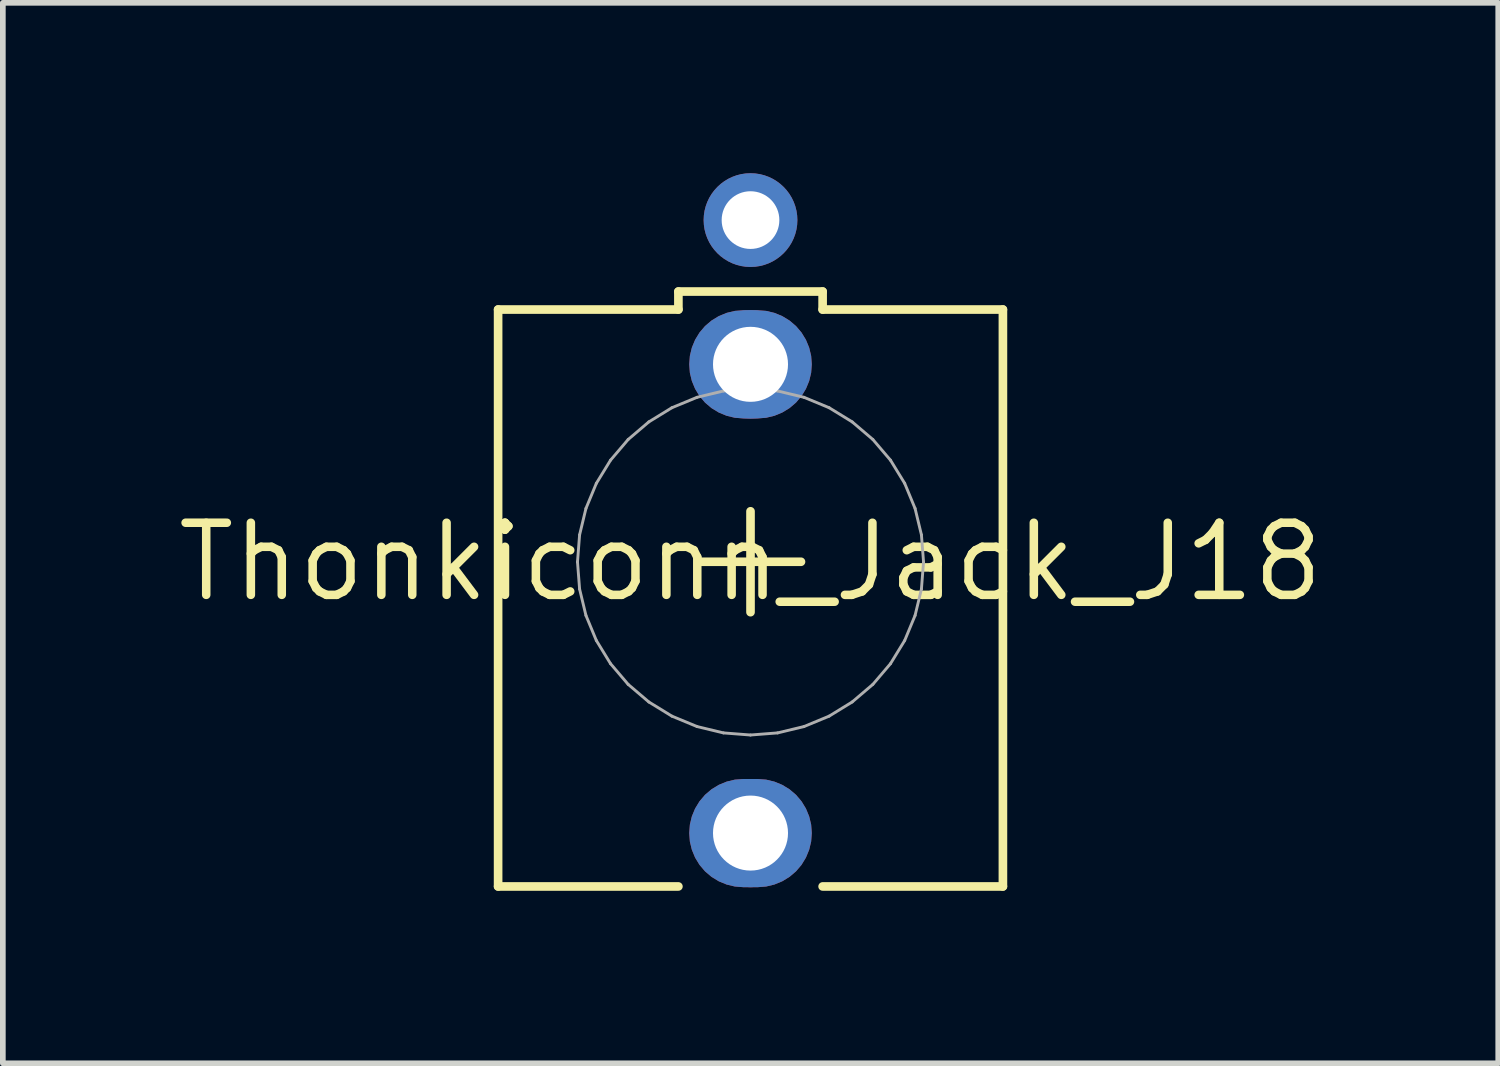
<source format=kicad_pcb>
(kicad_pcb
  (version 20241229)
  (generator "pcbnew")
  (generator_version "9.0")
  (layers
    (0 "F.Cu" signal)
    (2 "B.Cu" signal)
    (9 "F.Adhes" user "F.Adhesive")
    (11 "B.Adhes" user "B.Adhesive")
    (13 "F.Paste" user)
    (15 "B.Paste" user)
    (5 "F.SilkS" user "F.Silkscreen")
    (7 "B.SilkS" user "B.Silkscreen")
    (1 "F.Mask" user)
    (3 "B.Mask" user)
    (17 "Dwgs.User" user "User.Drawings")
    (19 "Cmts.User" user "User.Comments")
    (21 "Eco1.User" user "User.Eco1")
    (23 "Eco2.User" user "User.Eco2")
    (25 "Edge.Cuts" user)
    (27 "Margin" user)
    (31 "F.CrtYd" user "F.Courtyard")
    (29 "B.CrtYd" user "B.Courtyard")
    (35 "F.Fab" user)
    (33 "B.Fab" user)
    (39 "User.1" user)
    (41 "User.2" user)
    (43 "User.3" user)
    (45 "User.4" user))
  (footprint "Thonkiconn_Jack_J18"
    (layer "F.Cu")
    (at 10.167 6.846)
    (property "Reference" "Thonkiconn_Jack_J18" (at 0 0 0) (layer "F.SilkS") (effects (font (size 1.27 1.27) (thickness 0.15))))
    (fp_poly (pts (xy 0.276 -4.421) (xy 0.421 -4.386) (xy 0.559 -4.329) (xy 0.687 -4.251) (xy 0.801 -4.154) (xy 0.898 -4.04) (xy 0.976 -3.912) (xy 1.033 -3.774) (xy 1.068 -3.629) (xy 1.079 -3.48) (xy 1.068 -3.331) (xy 1.033 -3.186) (xy 0.976 -3.048) (xy 0.898 -2.92) (xy 0.801 -2.806) (xy 0.687 -2.709) (xy 0.559 -2.631) (xy 0.421 -2.574) (xy 0.276 -2.539) (xy 0.127 -2.527) (xy -0.127 -2.527) (xy -0.276 -2.539) (xy -0.421 -2.574) (xy -0.559 -2.631) (xy -0.687 -2.709) (xy -0.801 -2.806) (xy -0.898 -2.92) (xy -0.976 -3.048) (xy -1.033 -3.186) (xy -1.068 -3.331) (xy -1.079 -3.48) (xy -1.068 -3.629) (xy -1.033 -3.774) (xy -0.976 -3.912) (xy -0.898 -4.04) (xy -0.801 -4.154) (xy -0.687 -4.251) (xy -0.559 -4.329) (xy -0.421 -4.386) (xy -0.276 -4.421) (xy -0.127 -4.432) (xy 0.127 -4.432)) (stroke (width 0) (type default)) (fill yes) (layer "F.Cu"))
    (fp_poly (pts (xy 0.276 3.834) (xy 0.421 3.869) (xy 0.559 3.926) (xy 0.687 4.004) (xy 0.801 4.101) (xy 0.898 4.215) (xy 0.976 4.343) (xy 1.033 4.481) (xy 1.068 4.626) (xy 1.079 4.775) (xy 1.068 4.924) (xy 1.033 5.069) (xy 0.976 5.207) (xy 0.898 5.335) (xy 0.801 5.449) (xy 0.687 5.546) (xy 0.559 5.624) (xy 0.421 5.681) (xy 0.276 5.716) (xy 0.127 5.728) (xy -0.127 5.728) (xy -0.276 5.716) (xy -0.421 5.681) (xy -0.559 5.624) (xy -0.687 5.546) (xy -0.801 5.449) (xy -0.898 5.335) (xy -0.976 5.207) (xy -1.033 5.069) (xy -1.068 4.924) (xy -1.079 4.775) (xy -1.068 4.626) (xy -1.033 4.481) (xy -0.976 4.343) (xy -0.898 4.215) (xy -0.801 4.101) (xy -0.687 4.004) (xy -0.559 3.926) (xy -0.421 3.869) (xy -0.276 3.834) (xy -0.127 3.823) (xy 0.127 3.823)) (stroke (width 0) (type default)) (fill yes) (layer "F.Cu"))
    (fp_poly (pts (xy 0.292 -4.522) (xy 0.453 -4.483) (xy 0.606 -4.42) (xy 0.748 -4.334) (xy 0.873 -4.226) (xy 0.981 -4.1) (xy 1.067 -3.958) (xy 1.131 -3.806) (xy 1.169 -3.645) (xy 1.182 -3.48) (xy 1.169 -3.315) (xy 1.131 -3.154) (xy 1.067 -3.001) (xy 0.981 -2.859) (xy 0.873 -2.733) (xy 0.748 -2.626) (xy 0.606 -2.54) (xy 0.453 -2.476) (xy 0.292 -2.438) (xy 0.127 -2.425) (xy -0.127 -2.425) (xy -0.292 -2.438) (xy -0.453 -2.476) (xy -0.606 -2.54) (xy -0.748 -2.626) (xy -0.873 -2.733) (xy -0.981 -2.859) (xy -1.067 -3.001) (xy -1.131 -3.154) (xy -1.169 -3.315) (xy -1.182 -3.48) (xy -1.169 -3.645) (xy -1.131 -3.806) (xy -1.067 -3.958) (xy -0.981 -4.1) (xy -0.873 -4.226) (xy -0.748 -4.334) (xy -0.606 -4.42) (xy -0.453 -4.483) (xy -0.292 -4.522) (xy -0.127 -4.535) (xy 0.127 -4.535)) (stroke (width 0) (type default)) (fill yes) (layer "F.Mask"))
    (fp_poly (pts (xy 0.292 3.733) (xy 0.453 3.772) (xy 0.606 3.835) (xy 0.748 3.921) (xy 0.873 4.029) (xy 0.981 4.155) (xy 1.067 4.297) (xy 1.131 4.449) (xy 1.169 4.61) (xy 1.182 4.775) (xy 1.169 4.94) (xy 1.131 5.101) (xy 1.067 5.254) (xy 0.981 5.396) (xy 0.873 5.522) (xy 0.748 5.629) (xy 0.606 5.715) (xy 0.453 5.779) (xy 0.292 5.817) (xy 0.127 5.83) (xy -0.127 5.83) (xy -0.292 5.817) (xy -0.453 5.779) (xy -0.606 5.715) (xy -0.748 5.629) (xy -0.873 5.522) (xy -0.981 5.396) (xy -1.067 5.254) (xy -1.131 5.101) (xy -1.169 4.94) (xy -1.182 4.775) (xy -1.169 4.61) (xy -1.131 4.449) (xy -1.067 4.297) (xy -0.981 4.155) (xy -0.873 4.029) (xy -0.748 3.921) (xy -0.606 3.835) (xy -0.453 3.772) (xy -0.292 3.733) (xy -0.127 3.72) (xy 0.127 3.72)) (stroke (width 0) (type default)) (fill yes) (layer "F.Mask"))
    (fp_poly (pts (xy 0.276 -4.421) (xy 0.421 -4.386) (xy 0.559 -4.329) (xy 0.687 -4.251) (xy 0.801 -4.154) (xy 0.898 -4.04) (xy 0.976 -3.912) (xy 1.033 -3.774) (xy 1.068 -3.629) (xy 1.079 -3.48) (xy 1.068 -3.331) (xy 1.033 -3.186) (xy 0.976 -3.048) (xy 0.898 -2.92) (xy 0.801 -2.806) (xy 0.687 -2.709) (xy 0.559 -2.631) (xy 0.421 -2.574) (xy 0.276 -2.539) (xy 0.127 -2.527) (xy -0.127 -2.527) (xy -0.276 -2.539) (xy -0.421 -2.574) (xy -0.559 -2.631) (xy -0.687 -2.709) (xy -0.801 -2.806) (xy -0.898 -2.92) (xy -0.976 -3.048) (xy -1.033 -3.186) (xy -1.068 -3.331) (xy -1.079 -3.48) (xy -1.068 -3.629) (xy -1.033 -3.774) (xy -0.976 -3.912) (xy -0.898 -4.04) (xy -0.801 -4.154) (xy -0.687 -4.251) (xy -0.559 -4.329) (xy -0.421 -4.386) (xy -0.276 -4.421) (xy -0.127 -4.432) (xy 0.127 -4.432)) (stroke (width 0) (type default)) (fill yes) (layer "B.Cu"))
    (fp_poly (pts (xy 0.276 3.834) (xy 0.421 3.869) (xy 0.559 3.926) (xy 0.687 4.004) (xy 0.801 4.101) (xy 0.898 4.215) (xy 0.976 4.343) (xy 1.033 4.481) (xy 1.068 4.626) (xy 1.079 4.775) (xy 1.068 4.924) (xy 1.033 5.069) (xy 0.976 5.207) (xy 0.898 5.335) (xy 0.801 5.449) (xy 0.687 5.546) (xy 0.559 5.624) (xy 0.421 5.681) (xy 0.276 5.716) (xy 0.127 5.728) (xy -0.127 5.728) (xy -0.276 5.716) (xy -0.421 5.681) (xy -0.559 5.624) (xy -0.687 5.546) (xy -0.801 5.449) (xy -0.898 5.335) (xy -0.976 5.207) (xy -1.033 5.069) (xy -1.068 4.924) (xy -1.079 4.775) (xy -1.068 4.626) (xy -1.033 4.481) (xy -0.976 4.343) (xy -0.898 4.215) (xy -0.801 4.101) (xy -0.687 4.004) (xy -0.559 3.926) (xy -0.421 3.869) (xy -0.276 3.834) (xy -0.127 3.823) (xy 0.127 3.823)) (stroke (width 0) (type default)) (fill yes) (layer "B.Cu"))
    (fp_poly (pts (xy 0.292 -4.522) (xy 0.453 -4.483) (xy 0.606 -4.42) (xy 0.748 -4.334) (xy 0.873 -4.226) (xy 0.981 -4.1) (xy 1.067 -3.958) (xy 1.131 -3.806) (xy 1.169 -3.645) (xy 1.182 -3.48) (xy 1.169 -3.315) (xy 1.131 -3.154) (xy 1.067 -3.001) (xy 0.981 -2.859) (xy 0.873 -2.733) (xy 0.748 -2.626) (xy 0.606 -2.54) (xy 0.453 -2.476) (xy 0.292 -2.438) (xy 0.127 -2.425) (xy -0.127 -2.425) (xy -0.292 -2.438) (xy -0.453 -2.476) (xy -0.606 -2.54) (xy -0.748 -2.626) (xy -0.873 -2.733) (xy -0.981 -2.859) (xy -1.067 -3.001) (xy -1.131 -3.154) (xy -1.169 -3.315) (xy -1.182 -3.48) (xy -1.169 -3.645) (xy -1.131 -3.806) (xy -1.067 -3.958) (xy -0.981 -4.1) (xy -0.873 -4.226) (xy -0.748 -4.334) (xy -0.606 -4.42) (xy -0.453 -4.483) (xy -0.292 -4.522) (xy -0.127 -4.535) (xy 0.127 -4.535)) (stroke (width 0) (type default)) (fill yes) (layer "B.Mask"))
    (fp_poly (pts (xy 0.292 3.733) (xy 0.453 3.772) (xy 0.606 3.835) (xy 0.748 3.921) (xy 0.873 4.029) (xy 0.981 4.155) (xy 1.067 4.297) (xy 1.131 4.449) (xy 1.169 4.61) (xy 1.182 4.775) (xy 1.169 4.94) (xy 1.131 5.101) (xy 1.067 5.254) (xy 0.981 5.396) (xy 0.873 5.522) (xy 0.748 5.629) (xy 0.606 5.715) (xy 0.453 5.779) (xy 0.292 5.817) (xy 0.127 5.83) (xy -0.127 5.83) (xy -0.292 5.817) (xy -0.453 5.779) (xy -0.606 5.715) (xy -0.748 5.629) (xy -0.873 5.522) (xy -0.981 5.396) (xy -1.067 5.254) (xy -1.131 5.101) (xy -1.169 4.94) (xy -1.182 4.775) (xy -1.169 4.61) (xy -1.131 4.449) (xy -1.067 4.297) (xy -0.981 4.155) (xy -0.873 4.029) (xy -0.748 3.921) (xy -0.606 3.835) (xy -0.453 3.772) (xy -0.292 3.733) (xy -0.127 3.72) (xy 0.127 3.72)) (stroke (width 0) (type default)) (fill yes) (layer "B.Mask"))
    (fp_line (start -4.445 -4.445) (end -4.445 5.715) (stroke (width 0.152) (type solid)) (layer "F.SilkS"))
    (fp_line (start -1.27 -4.762) (end 1.27 -4.762) (stroke (width 0.152) (type solid)) (layer "F.SilkS"))
    (fp_line (start -1.27 -4.445) (end -4.445 -4.445) (stroke (width 0.152) (type solid)) (layer "F.SilkS"))
    (fp_line (start -1.27 -4.445) (end -1.27 -4.762) (stroke (width 0.152) (type solid)) (layer "F.SilkS"))
    (fp_line (start -1.27 5.715) (end -4.445 5.715) (stroke (width 0.152) (type solid)) (layer "F.SilkS"))
    (fp_line (start -0.89 -0.003) (end 0.889 -0.003) (stroke (width 0.152) (type solid)) (layer "F.SilkS"))
    (fp_line (start 0 0.885) (end 0 -0.892) (stroke (width 0.152) (type solid)) (layer "F.SilkS"))
    (fp_line (start 1.27 -4.762) (end 1.27 -4.445) (stroke (width 0.152) (type solid)) (layer "F.SilkS"))
    (fp_line (start 1.27 -4.445) (end 4.445 -4.445) (stroke (width 0.152) (type solid)) (layer "F.SilkS"))
    (fp_line (start 1.27 5.715) (end 4.445 5.715) (stroke (width 0.152) (type solid)) (layer "F.SilkS"))
    (fp_line (start 4.445 5.715) (end 4.445 -4.445) (stroke (width 0.152) (type solid)) (layer "F.SilkS"))
    (fp_line (start -3.047 -0.001) (end -3.047 0.001) (stroke (width 0.051) (type solid)) (layer "F.Fab"))
    (fp_line (start -3.047 0.001) (end -3.01 0.478) (stroke (width 0.051) (type solid)) (layer "F.Fab"))
    (fp_line (start -3.01 -0.477) (end -3.047 -0.001) (stroke (width 0.051) (type solid)) (layer "F.Fab"))
    (fp_line (start -3.01 0.478) (end -2.898 0.943) (stroke (width 0.051) (type solid)) (layer "F.Fab"))
    (fp_line (start -2.898 -0.942) (end -3.01 -0.477) (stroke (width 0.051) (type solid)) (layer "F.Fab"))
    (fp_line (start -2.898 0.943) (end -2.715 1.384) (stroke (width 0.051) (type solid)) (layer "F.Fab"))
    (fp_line (start -2.715 -1.384) (end -2.898 -0.942) (stroke (width 0.051) (type solid)) (layer "F.Fab"))
    (fp_line (start -2.715 1.384) (end -2.465 1.792) (stroke (width 0.051) (type solid)) (layer "F.Fab"))
    (fp_line (start -2.465 -1.792) (end -2.715 -1.384) (stroke (width 0.051) (type solid)) (layer "F.Fab"))
    (fp_line (start -2.465 1.792) (end -2.155 2.156) (stroke (width 0.051) (type solid)) (layer "F.Fab"))
    (fp_line (start -2.155 -2.156) (end -2.465 -1.792) (stroke (width 0.051) (type solid)) (layer "F.Fab"))
    (fp_line (start -2.155 2.156) (end -1.791 2.466) (stroke (width 0.051) (type solid)) (layer "F.Fab"))
    (fp_line (start -1.791 -2.466) (end -2.155 -2.156) (stroke (width 0.051) (type solid)) (layer "F.Fab"))
    (fp_line (start -1.791 2.466) (end -1.384 2.716) (stroke (width 0.051) (type solid)) (layer "F.Fab"))
    (fp_line (start -1.384 -2.716) (end -1.791 -2.466) (stroke (width 0.051) (type solid)) (layer "F.Fab"))
    (fp_line (start -1.384 2.716) (end -0.942 2.899) (stroke (width 0.051) (type solid)) (layer "F.Fab"))
    (fp_line (start -0.942 -2.899) (end -1.384 -2.716) (stroke (width 0.051) (type solid)) (layer "F.Fab"))
    (fp_line (start -0.942 2.899) (end -0.477 3.011) (stroke (width 0.051) (type solid)) (layer "F.Fab"))
    (fp_line (start -0.477 -3.011) (end -0.942 -2.899) (stroke (width 0.051) (type solid)) (layer "F.Fab"))
    (fp_line (start -0.477 3.011) (end 0 3.048) (stroke (width 0.051) (type solid)) (layer "F.Fab"))
    (fp_line (start 0 -3.048) (end -0.477 -3.011) (stroke (width 0.051) (type solid)) (layer "F.Fab"))
    (fp_line (start 0 3.048) (end 0.477 3.011) (stroke (width 0.051) (type solid)) (layer "F.Fab"))
    (fp_line (start 0.477 -3.011) (end 0 -3.048) (stroke (width 0.051) (type solid)) (layer "F.Fab"))
    (fp_line (start 0.477 3.011) (end 0.942 2.899) (stroke (width 0.051) (type solid)) (layer "F.Fab"))
    (fp_line (start 0.942 -2.899) (end 0.477 -3.011) (stroke (width 0.051) (type solid)) (layer "F.Fab"))
    (fp_line (start 0.942 2.899) (end 1.384 2.716) (stroke (width 0.051) (type solid)) (layer "F.Fab"))
    (fp_line (start 1.384 -2.716) (end 0.942 -2.899) (stroke (width 0.051) (type solid)) (layer "F.Fab"))
    (fp_line (start 1.384 2.716) (end 1.791 2.466) (stroke (width 0.051) (type solid)) (layer "F.Fab"))
    (fp_line (start 1.791 -2.466) (end 1.384 -2.716) (stroke (width 0.051) (type solid)) (layer "F.Fab"))
    (fp_line (start 1.791 2.466) (end 2.155 2.156) (stroke (width 0.051) (type solid)) (layer "F.Fab"))
    (fp_line (start 2.155 -2.156) (end 1.791 -2.466) (stroke (width 0.051) (type solid)) (layer "F.Fab"))
    (fp_line (start 2.155 2.156) (end 2.465 1.792) (stroke (width 0.051) (type solid)) (layer "F.Fab"))
    (fp_line (start 2.465 -1.792) (end 2.155 -2.156) (stroke (width 0.051) (type solid)) (layer "F.Fab"))
    (fp_line (start 2.465 1.792) (end 2.715 1.384) (stroke (width 0.051) (type solid)) (layer "F.Fab"))
    (fp_line (start 2.715 -1.384) (end 2.465 -1.792) (stroke (width 0.051) (type solid)) (layer "F.Fab"))
    (fp_line (start 2.715 1.384) (end 2.898 0.943) (stroke (width 0.051) (type solid)) (layer "F.Fab"))
    (fp_line (start 2.898 -0.942) (end 2.715 -1.384) (stroke (width 0.051) (type solid)) (layer "F.Fab"))
    (fp_line (start 2.898 0.943) (end 3.01 0.478) (stroke (width 0.051) (type solid)) (layer "F.Fab"))
    (fp_line (start 3.01 -0.477) (end 2.898 -0.942) (stroke (width 0.051) (type solid)) (layer "F.Fab"))
    (fp_line (start 3.01 0.478) (end 3.047 0.001) (stroke (width 0.051) (type solid)) (layer "F.Fab"))
    (fp_line (start 3.047 -0.001) (end 3.01 -0.477) (stroke (width 0.051) (type solid)) (layer "F.Fab"))
    (fp_line (start 3.047 0.001) (end 3.047 -0.001) (stroke (width 0.051) (type solid)) (layer "F.Fab"))
    (pad "1" thru_hole circle (at 0 -3.48) (size 1.905 1.905) (drill 1.321) (layers "*.Cu"))
    (pad "2" thru_hole circle (at 0 4.775) (size 1.905 1.905) (drill 1.321) (layers "*.Cu"))
    (pad "3" thru_hole circle (at 0 -6.02) (size 1.651 1.651) (drill 1.016) (layers "*.Cu" "*.Mask"))
    (zone (net_name "") (layer "F.Cu") (hatch edge 0.5) (connect_pads) (min_thickness 0.25) (filled_areas_thickness no) (keepout (tracks not_allowed) (vias not_allowed) (pads not_allowed) (copperpour not_allowed) (footprints allowed)) (placement (enabled no)) (fill) (polygon (pts (xy 11.409 6.845) (xy 11.389 6.623) (xy 11.33 6.408) (xy 11.233 6.207) (xy 11.103 6.027) (xy 10.942 5.873) (xy 10.756 5.751) (xy 10.551 5.663) (xy 10.334 5.614) (xy 10.112 5.604) (xy 9.891 5.634) (xy 9.679 5.702) (xy 9.483 5.808) (xy 9.309 5.947) (xy 9.162 6.114) (xy 9.048 6.306) (xy 8.97 6.514) (xy 8.93 6.733) (xy 8.93 6.956) (xy 8.97 7.175) (xy 9.048 7.383) (xy 9.162 7.575) (xy 9.309 7.742) (xy 9.483 7.881) (xy 9.679 7.987) (xy 9.891 8.055) (xy 10.112 8.085) (xy 10.334 8.075) (xy 10.551 8.026) (xy 10.756 7.938) (xy 10.942 7.816) (xy 11.103 7.662) (xy 11.233 7.482) (xy 11.33 7.281) (xy 11.389 7.066))) (polygon (pts (xy 11.159 6.845) (xy 11.139 6.645) (xy 11.079 6.453) (xy 10.981 6.278) (xy 10.851 6.126) (xy 10.692 6.003) (xy 10.512 5.914) (xy 10.318 5.864) (xy 10.117 5.854) (xy 9.919 5.884) (xy 9.73 5.954) (xy 9.56 6.06) (xy 9.415 6.198) (xy 9.3 6.363) (xy 9.221 6.548) (xy 9.18 6.744) (xy 9.18 6.945) (xy 9.221 7.141) (xy 9.3 7.326) (xy 9.415 7.491) (xy 9.56 7.629) (xy 9.73 7.735) (xy 9.919 7.805) (xy 10.117 7.835) (xy 10.318 7.825) (xy 10.512 7.775) (xy 10.692 7.686) (xy 10.851 7.563) (xy 10.981 7.411) (xy 11.079 7.236) (xy 11.139 7.044)))))
  (gr_rect
    (start -3 -3)
    (end 23.335 15.675)
    (stroke (width 0.1) (type default))
    (fill no)
    (layer "Edge.Cuts")))
</source>
